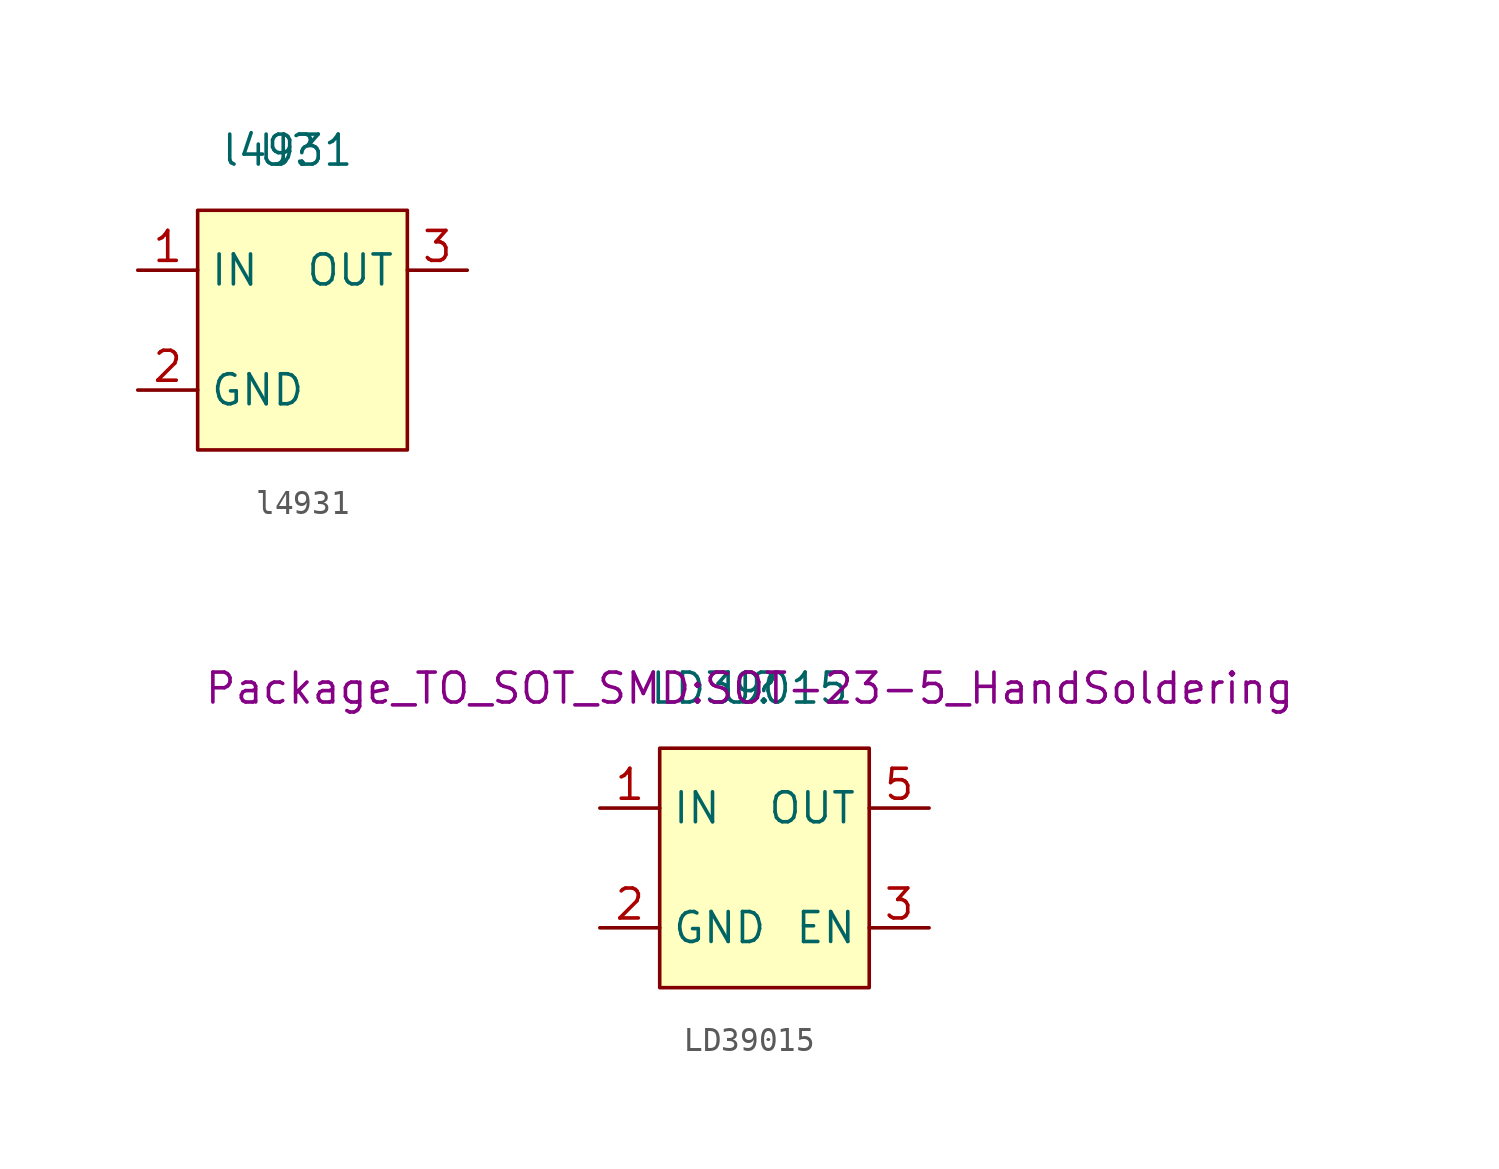
<source format=kicad_sym>
(kicad_symbol_lib
  (version 20211014)
  (generator kicad_symbol_editor)
  (symbol "l4931"
    (property "Reference" "U"
      (at 0 0 0)
      (effects (font (size 1.27 1.27))))
    (property "Value" "l4931"
      (at 0 0 0)
      (effects (font (size 1.27 1.27))))
    (symbol "l4931_0_1"
      (rectangle (start -3.81 -12.7) (end 5.08 -2.54) (stroke (width 0) (type default) (color 0 0 0 0)) (fill (type background))))
    (symbol "l4931_1_1"
      (pin input line (at -6.35 -5.08 0) (length 2.54) (name "IN" (effects (font (size 1.27 1.27)))) (number "1" (effects (font (size 1.27 1.27)))))
      (pin input line (at -6.35 -10.16 0) (length 2.54) (name "GND" (effects (font (size 1.27 1.27)))) (number "2" (effects (font (size 1.27 1.27)))))
      (pin input line (at 7.62 -5.08 180) (length 2.54) (name "OUT" (effects (font (size 1.27 1.27)))) (number "3" (effects (font (size 1.27 1.27)))))))
  (symbol "LD39015"
    (property "Reference" "U"
      (at 0 0 0)
      (effects (font (size 1.27 1.27))))
    (property "Value" "LD39015"
      (at 0 0 0)
      (effects (font (size 1.27 1.27))))
    (property "Footprint" "Package_TO_SOT_SMD:SOT-23-5_HandSoldering"
      (at 0 0 0)
      (effects (font (size 1.27 1.27))))
    (symbol "LD39015_0_1"
      (rectangle (start -3.81 -12.7) (end 5.08 -2.54) (stroke (width 0) (type default) (color 0 0 0 0)) (fill (type background))))
    (symbol "LD39015_1_1"
      (pin input line (at -6.35 -5.08 0) (length 2.54) (name "IN" (effects (font (size 1.27 1.27)))) (number "1" (effects (font (size 1.27 1.27)))))
      (pin input line (at -6.35 -10.16 0) (length 2.54) (name "GND" (effects (font (size 1.27 1.27)))) (number "2" (effects (font (size 1.27 1.27)))))
      (pin input line (at 7.62 -10.16 180) (length 2.54) (name "EN" (effects (font (size 1.27 1.27)))) (number "3" (effects (font (size 1.27 1.27)))))
      (pin no_connect line (at 5.08 -10.16 180) (length 2.54) hide (name "NC" (effects (font (size 1.27 1.27)))) (number "4" (effects (font (size 1.27 1.27)))))
      (pin input line (at 7.62 -5.08 180) (length 2.54) (name "OUT" (effects (font (size 1.27 1.27)))) (number "5" (effects (font (size 1.27 1.27))))))))
</source>
